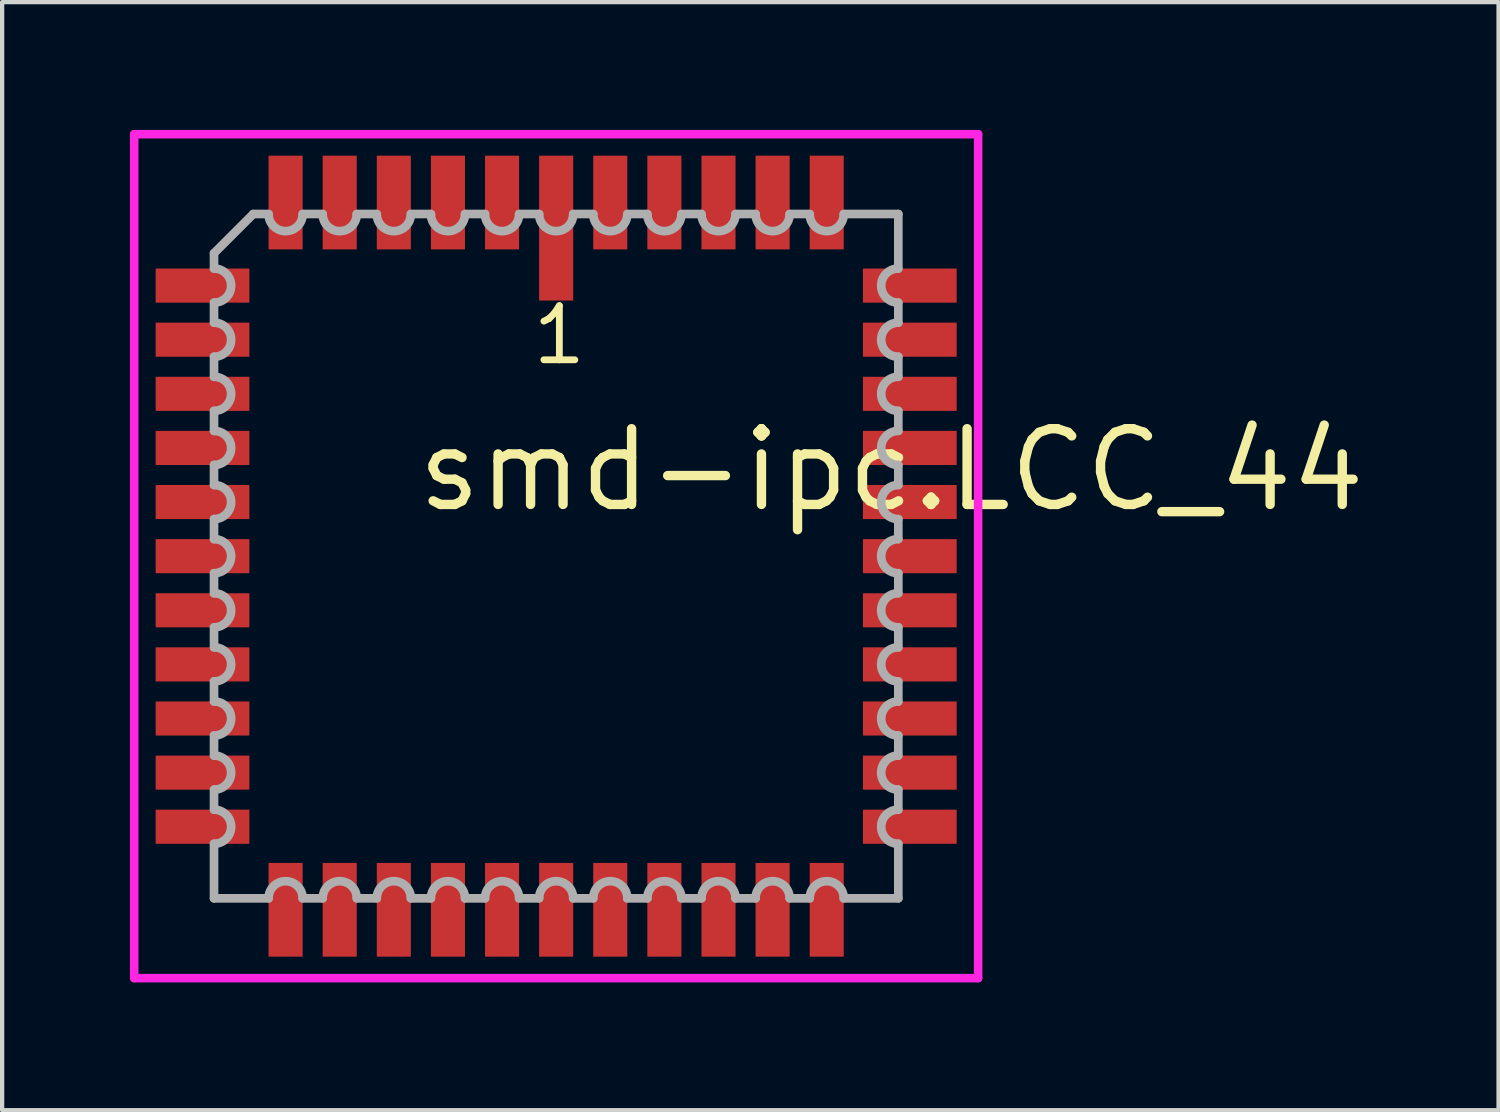
<source format=kicad_pcb>
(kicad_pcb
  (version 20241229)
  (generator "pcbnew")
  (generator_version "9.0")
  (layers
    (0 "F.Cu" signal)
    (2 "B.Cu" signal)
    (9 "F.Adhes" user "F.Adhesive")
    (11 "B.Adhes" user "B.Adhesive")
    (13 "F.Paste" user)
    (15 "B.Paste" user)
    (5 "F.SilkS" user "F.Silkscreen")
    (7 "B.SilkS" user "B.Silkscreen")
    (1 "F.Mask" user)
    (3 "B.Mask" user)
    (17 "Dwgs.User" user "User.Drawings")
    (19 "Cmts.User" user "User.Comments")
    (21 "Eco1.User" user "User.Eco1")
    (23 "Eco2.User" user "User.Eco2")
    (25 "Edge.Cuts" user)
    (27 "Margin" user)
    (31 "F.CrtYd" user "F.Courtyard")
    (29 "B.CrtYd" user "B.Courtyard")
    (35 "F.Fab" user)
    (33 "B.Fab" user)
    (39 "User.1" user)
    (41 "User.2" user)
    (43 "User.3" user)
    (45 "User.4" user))
  (footprint "smd-ipc.LCC_44"
    (layer "F.Cu")
    (at 10.003 10.003)
    (property "Reference" "smd-ipc.LCC_44" (at -3.37 -0.985 0) (layer "F.SilkS") (effects (font (size 1.778 1.778) (thickness 0.22)) (justify left bottom)))
    (attr smd)
    (fp_line (start -9.903 -9.903) (end 9.903 -9.903) (stroke (width 0.2) (type default)) (layer "F.CrtYd"))
    (fp_line (start -9.903 9.903) (end -9.903 -9.903) (stroke (width 0.2) (type default)) (layer "F.CrtYd"))
    (fp_line (start 9.903 -9.903) (end 9.903 9.903) (stroke (width 0.2) (type default)) (layer "F.CrtYd"))
    (fp_line (start 9.903 9.903) (end -9.903 9.903) (stroke (width 0.2) (type default)) (layer "F.CrtYd"))
    (fp_line (start -8.03 -7.11) (end -8.03 -6.75) (stroke (width 0.203) (type default)) (layer "F.Fab"))
    (fp_line (start -8.03 -5.95) (end -8.03 -5.48) (stroke (width 0.203) (type default)) (layer "F.Fab"))
    (fp_line (start -8.03 -4.68) (end -8.03 -4.21) (stroke (width 0.203) (type default)) (layer "F.Fab"))
    (fp_line (start -8.03 -3.41) (end -8.03 -2.94) (stroke (width 0.203) (type default)) (layer "F.Fab"))
    (fp_line (start -8.03 -2.14) (end -8.03 -1.67) (stroke (width 0.203) (type default)) (layer "F.Fab"))
    (fp_line (start -8.03 -0.87) (end -8.03 -0.4) (stroke (width 0.203) (type default)) (layer "F.Fab"))
    (fp_line (start -8.03 0.4) (end -8.03 0.87) (stroke (width 0.203) (type default)) (layer "F.Fab"))
    (fp_line (start -8.03 1.67) (end -8.03 2.14) (stroke (width 0.203) (type default)) (layer "F.Fab"))
    (fp_line (start -8.03 2.94) (end -8.03 3.41) (stroke (width 0.203) (type default)) (layer "F.Fab"))
    (fp_line (start -8.03 4.21) (end -8.03 4.68) (stroke (width 0.203) (type default)) (layer "F.Fab"))
    (fp_line (start -8.03 5.48) (end -8.03 5.95) (stroke (width 0.203) (type default)) (layer "F.Fab"))
    (fp_line (start -8.03 6.75) (end -8.03 8.03) (stroke (width 0.203) (type default)) (layer "F.Fab"))
    (fp_line (start -8.03 8.03) (end -6.75 8.03) (stroke (width 0.203) (type default)) (layer "F.Fab"))
    (fp_line (start -7.11 -8.03) (end -8.03 -7.11) (stroke (width 0.203) (type default)) (layer "F.Fab"))
    (fp_line (start -6.75 -8.03) (end -7.11 -8.03) (stroke (width 0.203) (type default)) (layer "F.Fab"))
    (fp_line (start -5.95 8.03) (end -5.48 8.03) (stroke (width 0.203) (type default)) (layer "F.Fab"))
    (fp_line (start -5.48 -8.03) (end -5.95 -8.03) (stroke (width 0.203) (type default)) (layer "F.Fab"))
    (fp_line (start -4.68 8.03) (end -4.21 8.03) (stroke (width 0.203) (type default)) (layer "F.Fab"))
    (fp_line (start -4.21 -8.03) (end -4.68 -8.03) (stroke (width 0.203) (type default)) (layer "F.Fab"))
    (fp_line (start -3.41 8.03) (end -2.94 8.03) (stroke (width 0.203) (type default)) (layer "F.Fab"))
    (fp_line (start -2.94 -8.03) (end -3.41 -8.03) (stroke (width 0.203) (type default)) (layer "F.Fab"))
    (fp_line (start -2.14 8.03) (end -1.67 8.03) (stroke (width 0.203) (type default)) (layer "F.Fab"))
    (fp_line (start -1.67 -8.03) (end -2.14 -8.03) (stroke (width 0.203) (type default)) (layer "F.Fab"))
    (fp_line (start -0.87 8.03) (end -0.4 8.03) (stroke (width 0.203) (type default)) (layer "F.Fab"))
    (fp_line (start -0.4 -8.03) (end -0.87 -8.03) (stroke (width 0.203) (type default)) (layer "F.Fab"))
    (fp_line (start 0.4 8.03) (end 0.87 8.03) (stroke (width 0.203) (type default)) (layer "F.Fab"))
    (fp_line (start 0.87 -8.03) (end 0.4 -8.03) (stroke (width 0.203) (type default)) (layer "F.Fab"))
    (fp_line (start 1.67 8.03) (end 2.14 8.03) (stroke (width 0.203) (type default)) (layer "F.Fab"))
    (fp_line (start 2.14 -8.03) (end 1.67 -8.03) (stroke (width 0.203) (type default)) (layer "F.Fab"))
    (fp_line (start 2.94 8.03) (end 3.41 8.03) (stroke (width 0.203) (type default)) (layer "F.Fab"))
    (fp_line (start 3.41 -8.03) (end 2.94 -8.03) (stroke (width 0.203) (type default)) (layer "F.Fab"))
    (fp_line (start 4.21 8.03) (end 4.68 8.03) (stroke (width 0.203) (type default)) (layer "F.Fab"))
    (fp_line (start 4.68 -8.03) (end 4.21 -8.03) (stroke (width 0.203) (type default)) (layer "F.Fab"))
    (fp_line (start 5.48 8.03) (end 5.95 8.03) (stroke (width 0.203) (type default)) (layer "F.Fab"))
    (fp_line (start 5.95 -8.03) (end 5.48 -8.03) (stroke (width 0.203) (type default)) (layer "F.Fab"))
    (fp_line (start 6.75 8.03) (end 8.03 8.03) (stroke (width 0.203) (type default)) (layer "F.Fab"))
    (fp_line (start 8.03 -8.03) (end 6.75 -8.03) (stroke (width 0.203) (type default)) (layer "F.Fab"))
    (fp_line (start 8.03 -6.75) (end 8.03 -8.03) (stroke (width 0.203) (type default)) (layer "F.Fab"))
    (fp_line (start 8.03 -5.48) (end 8.03 -5.95) (stroke (width 0.203) (type default)) (layer "F.Fab"))
    (fp_line (start 8.03 -4.21) (end 8.03 -4.68) (stroke (width 0.203) (type default)) (layer "F.Fab"))
    (fp_line (start 8.03 -2.94) (end 8.03 -3.41) (stroke (width 0.203) (type default)) (layer "F.Fab"))
    (fp_line (start 8.03 -1.67) (end 8.03 -2.14) (stroke (width 0.203) (type default)) (layer "F.Fab"))
    (fp_line (start 8.03 -0.4) (end 8.03 -0.87) (stroke (width 0.203) (type default)) (layer "F.Fab"))
    (fp_line (start 8.03 0.87) (end 8.03 0.4) (stroke (width 0.203) (type default)) (layer "F.Fab"))
    (fp_line (start 8.03 2.14) (end 8.03 1.67) (stroke (width 0.203) (type default)) (layer "F.Fab"))
    (fp_line (start 8.03 3.41) (end 8.03 2.94) (stroke (width 0.203) (type default)) (layer "F.Fab"))
    (fp_line (start 8.03 4.68) (end 8.03 4.21) (stroke (width 0.203) (type default)) (layer "F.Fab"))
    (fp_line (start 8.03 5.95) (end 8.03 5.48) (stroke (width 0.203) (type default)) (layer "F.Fab"))
    (fp_line (start 8.03 8.03) (end 8.03 6.75) (stroke (width 0.203) (type default)) (layer "F.Fab"))
    (fp_arc (start -8.0284 -6.75) (mid -7.6284 -6.35) (end -8.0284 -5.95) (stroke (width 0.2032) (type default)) (layer "F.Fab"))
    (fp_arc (start -8.0284 -5.48) (mid -7.6284 -5.08) (end -8.0284 -4.68) (stroke (width 0.2032) (type default)) (layer "F.Fab"))
    (fp_arc (start -8.0284 -4.21) (mid -7.6284 -3.81) (end -8.0284 -3.41) (stroke (width 0.2032) (type default)) (layer "F.Fab"))
    (fp_arc (start -8.0284 -2.94) (mid -7.6284 -2.54) (end -8.0284 -2.14) (stroke (width 0.2032) (type default)) (layer "F.Fab"))
    (fp_arc (start -8.0284 -1.67) (mid -7.6284 -1.27) (end -8.0284 -0.87) (stroke (width 0.2032) (type default)) (layer "F.Fab"))
    (fp_arc (start -8.0284 -0.4001) (mid -7.6283 0) (end -8.0284 0.4001) (stroke (width 0.2032) (type default)) (layer "F.Fab"))
    (fp_arc (start -8.0284 0.8699) (mid -7.6283 1.27) (end -8.0284 1.6701) (stroke (width 0.2032) (type default)) (layer "F.Fab"))
    (fp_arc (start -8.0284 2.1399) (mid -7.6283 2.54) (end -8.0284 2.9401) (stroke (width 0.2032) (type default)) (layer "F.Fab"))
    (fp_arc (start -8.0284 3.4099) (mid -7.6283 3.81) (end -8.0284 4.2101) (stroke (width 0.2032) (type default)) (layer "F.Fab"))
    (fp_arc (start -8.0284 4.6799) (mid -7.6283 5.08) (end -8.0284 5.4801) (stroke (width 0.2032) (type default)) (layer "F.Fab"))
    (fp_arc (start -8.0284 5.9499) (mid -7.6283 6.35) (end -8.0284 6.7501) (stroke (width 0.2032) (type default)) (layer "F.Fab"))
    (fp_arc (start -6.7501 8.0284) (mid -6.35 7.6283) (end -5.9499 8.0284) (stroke (width 0.2032) (type default)) (layer "F.Fab"))
    (fp_arc (start -5.9499 -8.0284) (mid -6.35 -7.6283) (end -6.7501 -8.0284) (stroke (width 0.2032) (type default)) (layer "F.Fab"))
    (fp_arc (start -5.4801 8.0284) (mid -5.08 7.6283) (end -4.6799 8.0284) (stroke (width 0.2032) (type default)) (layer "F.Fab"))
    (fp_arc (start -4.6799 -8.0284) (mid -5.08 -7.6283) (end -5.4801 -8.0284) (stroke (width 0.2032) (type default)) (layer "F.Fab"))
    (fp_arc (start -4.2101 8.0284) (mid -3.81 7.6283) (end -3.4099 8.0284) (stroke (width 0.2032) (type default)) (layer "F.Fab"))
    (fp_arc (start -3.4099 -8.0284) (mid -3.81 -7.6283) (end -4.2101 -8.0284) (stroke (width 0.2032) (type default)) (layer "F.Fab"))
    (fp_arc (start -2.9401 8.0284) (mid -2.54 7.6283) (end -2.1399 8.0284) (stroke (width 0.2032) (type default)) (layer "F.Fab"))
    (fp_arc (start -2.1399 -8.0284) (mid -2.54 -7.6283) (end -2.9401 -8.0284) (stroke (width 0.2032) (type default)) (layer "F.Fab"))
    (fp_arc (start -1.6701 8.0284) (mid -1.27 7.6283) (end -0.8699 8.0284) (stroke (width 0.2032) (type default)) (layer "F.Fab"))
    (fp_arc (start -0.8699 -8.0284) (mid -1.27 -7.6283) (end -1.6701 -8.0284) (stroke (width 0.2032) (type default)) (layer "F.Fab"))
    (fp_arc (start -0.4001 8.0284) (mid 0 7.6283) (end 0.4001 8.0284) (stroke (width 0.2032) (type default)) (layer "F.Fab"))
    (fp_arc (start 0.4001 -8.0284) (mid 0 -7.6283) (end -0.4001 -8.0284) (stroke (width 0.2032) (type default)) (layer "F.Fab"))
    (fp_arc (start 0.87 8.0284) (mid 1.27 7.6284) (end 1.67 8.0284) (stroke (width 0.2032) (type default)) (layer "F.Fab"))
    (fp_arc (start 1.67 -8.0284) (mid 1.27 -7.6284) (end 0.87 -8.0284) (stroke (width 0.2032) (type default)) (layer "F.Fab"))
    (fp_arc (start 2.14 8.0284) (mid 2.54 7.6284) (end 2.94 8.0284) (stroke (width 0.2032) (type default)) (layer "F.Fab"))
    (fp_arc (start 2.94 -8.0284) (mid 2.54 -7.6284) (end 2.14 -8.0284) (stroke (width 0.2032) (type default)) (layer "F.Fab"))
    (fp_arc (start 3.41 8.0284) (mid 3.81 7.6284) (end 4.21 8.0284) (stroke (width 0.2032) (type default)) (layer "F.Fab"))
    (fp_arc (start 4.21 -8.0284) (mid 3.81 -7.6284) (end 3.41 -8.0284) (stroke (width 0.2032) (type default)) (layer "F.Fab"))
    (fp_arc (start 4.68 8.0284) (mid 5.08 7.6284) (end 5.48 8.0284) (stroke (width 0.2032) (type default)) (layer "F.Fab"))
    (fp_arc (start 5.48 -8.0284) (mid 5.08 -7.6284) (end 4.68 -8.0284) (stroke (width 0.2032) (type default)) (layer "F.Fab"))
    (fp_arc (start 5.95 8.0284) (mid 6.35 7.6284) (end 6.75 8.0284) (stroke (width 0.2032) (type default)) (layer "F.Fab"))
    (fp_arc (start 6.75 -8.0284) (mid 6.35 -7.6284) (end 5.95 -8.0284) (stroke (width 0.2032) (type default)) (layer "F.Fab"))
    (fp_arc (start 8.0284 -5.95) (mid 7.6284 -6.35) (end 8.0284 -6.75) (stroke (width 0.2032) (type default)) (layer "F.Fab"))
    (fp_arc (start 8.0284 -4.68) (mid 7.6284 -5.08) (end 8.0284 -5.48) (stroke (width 0.2032) (type default)) (layer "F.Fab"))
    (fp_arc (start 8.0284 -3.41) (mid 7.6284 -3.81) (end 8.0284 -4.21) (stroke (width 0.2032) (type default)) (layer "F.Fab"))
    (fp_arc (start 8.0284 -2.14) (mid 7.6284 -2.54) (end 8.0284 -2.94) (stroke (width 0.2032) (type default)) (layer "F.Fab"))
    (fp_arc (start 8.0284 -0.8699) (mid 7.6283 -1.27) (end 8.0284 -1.6701) (stroke (width 0.2032) (type default)) (layer "F.Fab"))
    (fp_arc (start 8.0284 0.4001) (mid 7.6283 0) (end 8.0284 -0.4001) (stroke (width 0.2032) (type default)) (layer "F.Fab"))
    (fp_arc (start 8.0284 1.67) (mid 7.6284 1.27) (end 8.0284 0.87) (stroke (width 0.2032) (type default)) (layer "F.Fab"))
    (fp_arc (start 8.0284 2.94) (mid 7.6284 2.54) (end 8.0284 2.14) (stroke (width 0.2032) (type default)) (layer "F.Fab"))
    (fp_arc (start 8.0284 4.21) (mid 7.6284 3.81) (end 8.0284 3.41) (stroke (width 0.2032) (type default)) (layer "F.Fab"))
    (fp_arc (start 8.0284 5.48) (mid 7.6284 5.08) (end 8.0284 4.68) (stroke (width 0.2032) (type default)) (layer "F.Fab"))
    (fp_arc (start 8.0284 6.75) (mid 7.6284 6.35) (end 8.0284 5.95) (stroke (width 0.2032) (type default)) (layer "F.Fab"))
    (fp_text user "1" (at -0.635 -4.445 0) (layer "F.SilkS") (effects (font (size 1.27 1.27) (thickness 0.16)) (justify left bottom)))
    (pad "1" smd roundrect (at 0 -7.7) (size 0.8 3.4) (layers "F.Cu" "F.Mask" "F.Paste") (roundrect_rratio 0.01))
    (pad "2" smd roundrect (at -1.27 -8.3) (size 0.8 2.2) (layers "F.Cu" "F.Mask" "F.Paste") (roundrect_rratio 0.01))
    (pad "3" smd roundrect (at -2.54 -8.3) (size 0.8 2.2) (layers "F.Cu" "F.Mask" "F.Paste") (roundrect_rratio 0.01))
    (pad "4" smd roundrect (at -3.81 -8.3) (size 0.8 2.2) (layers "F.Cu" "F.Mask" "F.Paste") (roundrect_rratio 0.01))
    (pad "5" smd roundrect (at -5.08 -8.3) (size 0.8 2.2) (layers "F.Cu" "F.Mask" "F.Paste") (roundrect_rratio 0.01))
    (pad "6" smd roundrect (at -6.35 -8.3) (size 0.8 2.2) (layers "F.Cu" "F.Mask" "F.Paste") (roundrect_rratio 0.01))
    (pad "7" smd roundrect (at -8.3 -6.35) (size 2.2 0.8) (layers "F.Cu" "F.Mask" "F.Paste") (roundrect_rratio 0.01))
    (pad "8" smd roundrect (at -8.3 -5.08) (size 2.2 0.8) (layers "F.Cu" "F.Mask" "F.Paste") (roundrect_rratio 0.01))
    (pad "9" smd roundrect (at -8.3 -3.81) (size 2.2 0.8) (layers "F.Cu" "F.Mask" "F.Paste") (roundrect_rratio 0.01))
    (pad "10" smd roundrect (at -8.3 -2.54) (size 2.2 0.8) (layers "F.Cu" "F.Mask" "F.Paste") (roundrect_rratio 0.01))
    (pad "11" smd roundrect (at -8.3 -1.27) (size 2.2 0.8) (layers "F.Cu" "F.Mask" "F.Paste") (roundrect_rratio 0.01))
    (pad "12" smd roundrect (at -8.3 0) (size 2.2 0.8) (layers "F.Cu" "F.Mask" "F.Paste") (roundrect_rratio 0.01))
    (pad "13" smd roundrect (at -8.3 1.27) (size 2.2 0.8) (layers "F.Cu" "F.Mask" "F.Paste") (roundrect_rratio 0.01))
    (pad "14" smd roundrect (at -8.3 2.54) (size 2.2 0.8) (layers "F.Cu" "F.Mask" "F.Paste") (roundrect_rratio 0.01))
    (pad "15" smd roundrect (at -8.3 3.81) (size 2.2 0.8) (layers "F.Cu" "F.Mask" "F.Paste") (roundrect_rratio 0.01))
    (pad "16" smd roundrect (at -8.3 5.08) (size 2.2 0.8) (layers "F.Cu" "F.Mask" "F.Paste") (roundrect_rratio 0.01))
    (pad "17" smd roundrect (at -8.3 6.35) (size 2.2 0.8) (layers "F.Cu" "F.Mask" "F.Paste") (roundrect_rratio 0.01))
    (pad "18" smd roundrect (at -6.35 8.3) (size 0.8 2.2) (layers "F.Cu" "F.Mask" "F.Paste") (roundrect_rratio 0.01))
    (pad "19" smd roundrect (at -5.08 8.3) (size 0.8 2.2) (layers "F.Cu" "F.Mask" "F.Paste") (roundrect_rratio 0.01))
    (pad "20" smd roundrect (at -3.81 8.3) (size 0.8 2.2) (layers "F.Cu" "F.Mask" "F.Paste") (roundrect_rratio 0.01))
    (pad "21" smd roundrect (at -2.54 8.3) (size 0.8 2.2) (layers "F.Cu" "F.Mask" "F.Paste") (roundrect_rratio 0.01))
    (pad "22" smd roundrect (at -1.27 8.3) (size 0.8 2.2) (layers "F.Cu" "F.Mask" "F.Paste") (roundrect_rratio 0.01))
    (pad "23" smd roundrect (at 0 8.3) (size 0.8 2.2) (layers "F.Cu" "F.Mask" "F.Paste") (roundrect_rratio 0.01))
    (pad "24" smd roundrect (at 1.27 8.3) (size 0.8 2.2) (layers "F.Cu" "F.Mask" "F.Paste") (roundrect_rratio 0.01))
    (pad "25" smd roundrect (at 2.54 8.3) (size 0.8 2.2) (layers "F.Cu" "F.Mask" "F.Paste") (roundrect_rratio 0.01))
    (pad "26" smd roundrect (at 3.81 8.3) (size 0.8 2.2) (layers "F.Cu" "F.Mask" "F.Paste") (roundrect_rratio 0.01))
    (pad "27" smd roundrect (at 5.08 8.3) (size 0.8 2.2) (layers "F.Cu" "F.Mask" "F.Paste") (roundrect_rratio 0.01))
    (pad "28" smd roundrect (at 6.35 8.3) (size 0.8 2.2) (layers "F.Cu" "F.Mask" "F.Paste") (roundrect_rratio 0.01))
    (pad "29" smd roundrect (at 8.3 6.35) (size 2.2 0.8) (layers "F.Cu" "F.Mask" "F.Paste") (roundrect_rratio 0.01))
    (pad "30" smd roundrect (at 8.3 5.08) (size 2.2 0.8) (layers "F.Cu" "F.Mask" "F.Paste") (roundrect_rratio 0.01))
    (pad "31" smd roundrect (at 8.3 3.81) (size 2.2 0.8) (layers "F.Cu" "F.Mask" "F.Paste") (roundrect_rratio 0.01))
    (pad "32" smd roundrect (at 8.3 2.54) (size 2.2 0.8) (layers "F.Cu" "F.Mask" "F.Paste") (roundrect_rratio 0.01))
    (pad "33" smd roundrect (at 8.3 1.27) (size 2.2 0.8) (layers "F.Cu" "F.Mask" "F.Paste") (roundrect_rratio 0.01))
    (pad "34" smd roundrect (at 8.3 0) (size 2.2 0.8) (layers "F.Cu" "F.Mask" "F.Paste") (roundrect_rratio 0.01))
    (pad "35" smd roundrect (at 8.3 -1.27) (size 2.2 0.8) (layers "F.Cu" "F.Mask" "F.Paste") (roundrect_rratio 0.01))
    (pad "36" smd roundrect (at 8.3 -2.54) (size 2.2 0.8) (layers "F.Cu" "F.Mask" "F.Paste") (roundrect_rratio 0.01))
    (pad "37" smd roundrect (at 8.3 -3.81) (size 2.2 0.8) (layers "F.Cu" "F.Mask" "F.Paste") (roundrect_rratio 0.01))
    (pad "38" smd roundrect (at 8.3 -5.08) (size 2.2 0.8) (layers "F.Cu" "F.Mask" "F.Paste") (roundrect_rratio 0.01))
    (pad "39" smd roundrect (at 8.3 -6.35) (size 2.2 0.8) (layers "F.Cu" "F.Mask" "F.Paste") (roundrect_rratio 0.01))
    (pad "40" smd roundrect (at 6.35 -8.3) (size 0.8 2.2) (layers "F.Cu" "F.Mask" "F.Paste") (roundrect_rratio 0.01))
    (pad "41" smd roundrect (at 5.08 -8.3) (size 0.8 2.2) (layers "F.Cu" "F.Mask" "F.Paste") (roundrect_rratio 0.01))
    (pad "42" smd roundrect (at 3.81 -8.3) (size 0.8 2.2) (layers "F.Cu" "F.Mask" "F.Paste") (roundrect_rratio 0.01))
    (pad "43" smd roundrect (at 2.54 -8.3) (size 0.8 2.2) (layers "F.Cu" "F.Mask" "F.Paste") (roundrect_rratio 0.01))
    (pad "44" smd roundrect (at 1.27 -8.3) (size 0.8 2.2) (layers "F.Cu" "F.Mask" "F.Paste") (roundrect_rratio 0.01)))
  (gr_rect
    (start -3 -3)
    (end 32.12 23.006)
    (stroke (width 0.1) (type default))
    (fill no)
    (layer "Edge.Cuts")))
</source>
